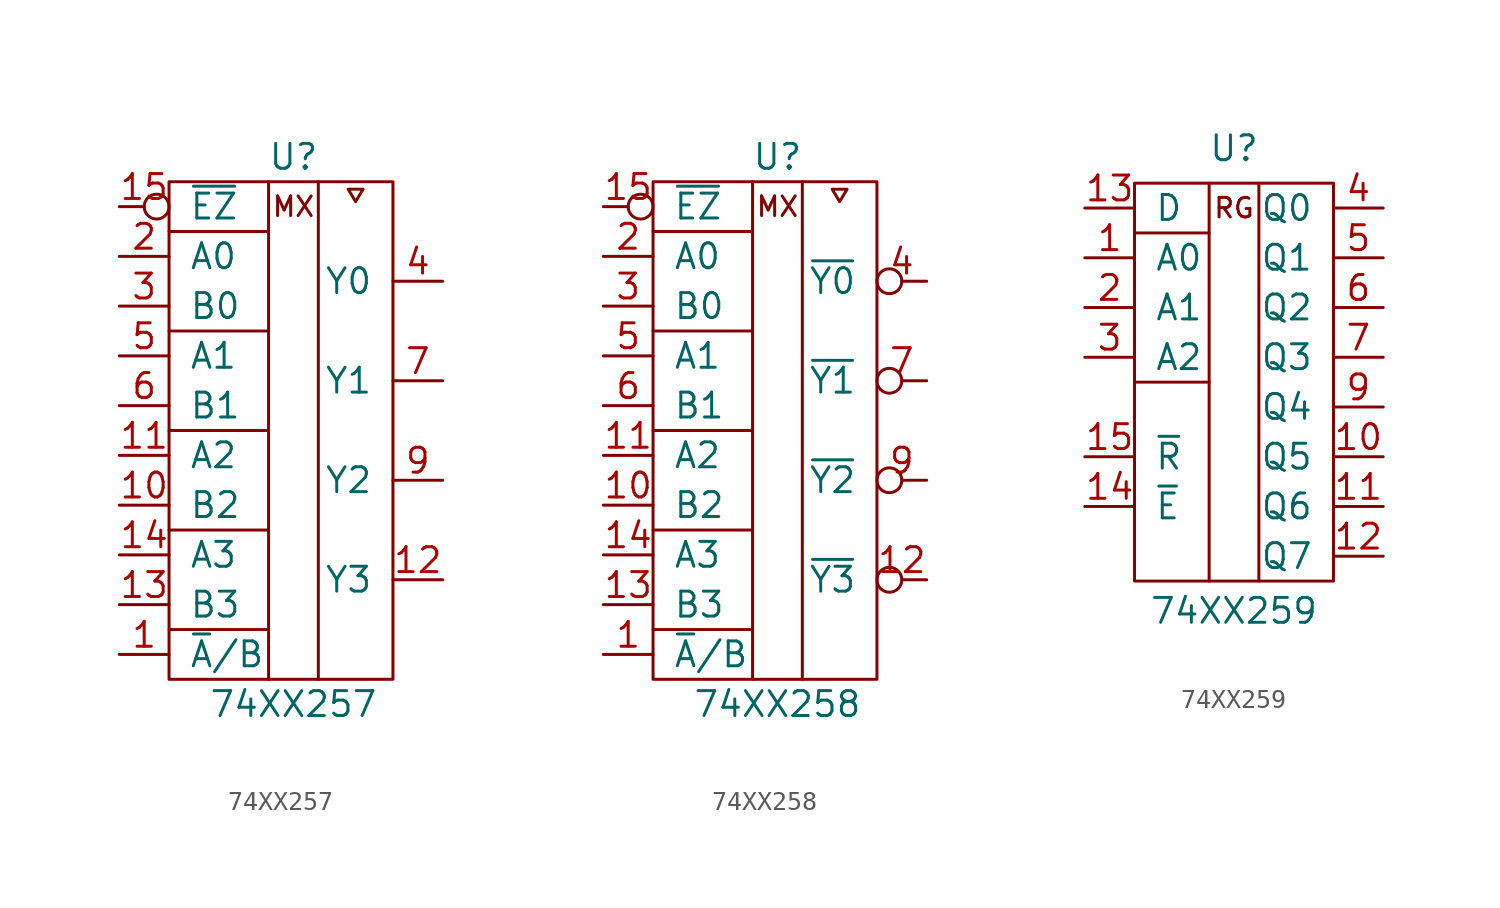
<source format=kicad_sym>
(kicad_symbol_lib
  (version 20211014)
  (generator kicad_symbol_editor)
  (symbol "74XX257"
    (pin_names
      (offset 1.016))
    (property "Reference" "U"
      (at 0 13.97 0)
      (effects (font (size 1.27 1.27))))
    (property "Value" "74XX257"
      (at 0 -13.97 0)
      (effects (font (size 1.27 1.27))))
    (symbol "74XX257_0_1"
      (polyline (pts (xy 3.175 11.684) (xy 2.794 12.319) (xy 3.556 12.319) (xy 3.175 11.684)) (stroke (width 0) (type default) (color 0 0 0 0)) (fill (type none))))
    (symbol "74XX257_1_1"
      (rectangle (start -6.35 -12.7) (end 5.08 12.7) (stroke (width 0) (type default) (color 0 0 0 0)) (fill (type none)))
      (polyline (pts (xy -6.35 -10.16) (xy -1.27 -10.16)) (stroke (width 0) (type default) (color 0 0 0 0)) (fill (type none)))
      (polyline (pts (xy -6.35 -5.08) (xy -1.27 -5.08)) (stroke (width 0) (type default) (color 0 0 0 0)) (fill (type none)))
      (polyline (pts (xy -6.35 5.08) (xy -1.27 5.08)) (stroke (width 0) (type default) (color 0 0 0 0)) (fill (type none)))
      (polyline (pts (xy -6.35 10.16) (xy -1.27 10.16)) (stroke (width 0) (type default) (color 0 0 0 0)) (fill (type none)))
      (polyline (pts (xy -1.27 0) (xy -6.35 0)) (stroke (width 0) (type default) (color 0 0 0 0)) (fill (type none)))
      (polyline (pts (xy -1.27 12.7) (xy -1.27 -12.7)) (stroke (width 0) (type default) (color 0 0 0 0)) (fill (type none)))
      (polyline (pts (xy 1.27 -12.7) (xy 1.27 12.7)) (stroke (width 0) (type default) (color 0 0 0 0)) (fill (type none)))
      (text "MX" (at 0 11.43 0) (effects (font (size 1 1))))
      (pin input line (at -8.89 -11.43 0) (length 2.54) (name "~{A}/B" (effects (font (size 1.27 1.27)))) (number "1" (effects (font (size 1.27 1.27)))))
      (pin input line (at -8.89 -3.81 0) (length 2.54) (name "B2" (effects (font (size 1.27 1.27)))) (number "10" (effects (font (size 1.27 1.27)))))
      (pin input line (at -8.89 -1.27 0) (length 2.54) (name "A2" (effects (font (size 1.27 1.27)))) (number "11" (effects (font (size 1.27 1.27)))))
      (pin tri_state line (at 7.62 -7.62 180) (length 2.54) (name "Y3" (effects (font (size 1.27 1.27)))) (number "12" (effects (font (size 1.27 1.27)))))
      (pin input line (at -8.89 -8.89 0) (length 2.54) (name "B3" (effects (font (size 1.27 1.27)))) (number "13" (effects (font (size 1.27 1.27)))))
      (pin input line (at -8.89 -6.35 0) (length 2.54) (name "A3" (effects (font (size 1.27 1.27)))) (number "14" (effects (font (size 1.27 1.27)))))
      (pin input inverted (at -8.89 11.43 0) (length 2.54) (name "~{EZ}" (effects (font (size 1.27 1.27)))) (number "15" (effects (font (size 1.27 1.27)))))
      (pin power_in line (at 5.08 12.7 180) (length 0) hide (name "VCC" (effects (font (size 1.27 1.27)))) (number "16" (effects (font (size 1.27 1.27)))))
      (pin input line (at -8.89 8.89 0) (length 2.54) (name "A0" (effects (font (size 1.27 1.27)))) (number "2" (effects (font (size 1.27 1.27)))))
      (pin input line (at -8.89 6.35 0) (length 2.54) (name "B0" (effects (font (size 1.27 1.27)))) (number "3" (effects (font (size 1.27 1.27)))))
      (pin tri_state line (at 7.62 7.62 180) (length 2.54) (name "Y0" (effects (font (size 1.27 1.27)))) (number "4" (effects (font (size 1.27 1.27)))))
      (pin input line (at -8.89 3.81 0) (length 2.54) (name "A1" (effects (font (size 1.27 1.27)))) (number "5" (effects (font (size 1.27 1.27)))))
      (pin input line (at -8.89 1.27 0) (length 2.54) (name "B1" (effects (font (size 1.27 1.27)))) (number "6" (effects (font (size 1.27 1.27)))))
      (pin tri_state line (at 7.62 2.54 180) (length 2.54) (name "Y1" (effects (font (size 1.27 1.27)))) (number "7" (effects (font (size 1.27 1.27)))))
      (pin power_in line (at 5.08 -12.7 180) (length 0) hide (name "GND" (effects (font (size 1.27 1.27)))) (number "8" (effects (font (size 1.27 1.27)))))
      (pin tri_state line (at 7.62 -2.54 180) (length 2.54) (name "Y2" (effects (font (size 1.27 1.27)))) (number "9" (effects (font (size 1.27 1.27)))))))
  (symbol "74XX258"
    (pin_names
      (offset 1.016))
    (property "Reference" "U"
      (at 0 13.97 0)
      (effects (font (size 1.27 1.27))))
    (property "Value" "74XX258"
      (at 0 -13.97 0)
      (effects (font (size 1.27 1.27))))
    (symbol "74XX258_0_1"
      (polyline (pts (xy 3.175 11.684) (xy 2.794 12.319) (xy 3.556 12.319) (xy 3.175 11.684)) (stroke (width 0) (type default) (color 0 0 0 0)) (fill (type none))))
    (symbol "74XX258_1_1"
      (rectangle (start -6.35 -12.7) (end 5.08 12.7) (stroke (width 0) (type default) (color 0 0 0 0)) (fill (type none)))
      (polyline (pts (xy -6.35 -10.16) (xy -1.27 -10.16)) (stroke (width 0) (type default) (color 0 0 0 0)) (fill (type none)))
      (polyline (pts (xy -6.35 -5.08) (xy -1.27 -5.08)) (stroke (width 0) (type default) (color 0 0 0 0)) (fill (type none)))
      (polyline (pts (xy -6.35 5.08) (xy -1.27 5.08)) (stroke (width 0) (type default) (color 0 0 0 0)) (fill (type none)))
      (polyline (pts (xy -6.35 10.16) (xy -1.27 10.16)) (stroke (width 0) (type default) (color 0 0 0 0)) (fill (type none)))
      (polyline (pts (xy -1.27 0) (xy -6.35 0)) (stroke (width 0) (type default) (color 0 0 0 0)) (fill (type none)))
      (polyline (pts (xy -1.27 12.7) (xy -1.27 -12.7)) (stroke (width 0) (type default) (color 0 0 0 0)) (fill (type none)))
      (polyline (pts (xy 1.27 -12.7) (xy 1.27 12.7)) (stroke (width 0) (type default) (color 0 0 0 0)) (fill (type none)))
      (text "MX" (at 0 11.43 0) (effects (font (size 1 1))))
      (pin input line (at -8.89 -11.43 0) (length 2.54) (name "~{A}/B" (effects (font (size 1.27 1.27)))) (number "1" (effects (font (size 1.27 1.27)))))
      (pin input line (at -8.89 -3.81 0) (length 2.54) (name "B2" (effects (font (size 1.27 1.27)))) (number "10" (effects (font (size 1.27 1.27)))))
      (pin input line (at -8.89 -1.27 0) (length 2.54) (name "A2" (effects (font (size 1.27 1.27)))) (number "11" (effects (font (size 1.27 1.27)))))
      (pin tri_state inverted (at 7.62 -7.62 180) (length 2.54) (name "~{Y3}" (effects (font (size 1.27 1.27)))) (number "12" (effects (font (size 1.27 1.27)))))
      (pin input line (at -8.89 -8.89 0) (length 2.54) (name "B3" (effects (font (size 1.27 1.27)))) (number "13" (effects (font (size 1.27 1.27)))))
      (pin input line (at -8.89 -6.35 0) (length 2.54) (name "A3" (effects (font (size 1.27 1.27)))) (number "14" (effects (font (size 1.27 1.27)))))
      (pin input inverted (at -8.89 11.43 0) (length 2.54) (name "~{EZ}" (effects (font (size 1.27 1.27)))) (number "15" (effects (font (size 1.27 1.27)))))
      (pin power_in line (at 5.08 12.7 180) (length 0) hide (name "VCC" (effects (font (size 1.27 1.27)))) (number "16" (effects (font (size 1.27 1.27)))))
      (pin input line (at -8.89 8.89 0) (length 2.54) (name "A0" (effects (font (size 1.27 1.27)))) (number "2" (effects (font (size 1.27 1.27)))))
      (pin input line (at -8.89 6.35 0) (length 2.54) (name "B0" (effects (font (size 1.27 1.27)))) (number "3" (effects (font (size 1.27 1.27)))))
      (pin tri_state inverted (at 7.62 7.62 180) (length 2.54) (name "~{Y0}" (effects (font (size 1.27 1.27)))) (number "4" (effects (font (size 1.27 1.27)))))
      (pin input line (at -8.89 3.81 0) (length 2.54) (name "A1" (effects (font (size 1.27 1.27)))) (number "5" (effects (font (size 1.27 1.27)))))
      (pin input line (at -8.89 1.27 0) (length 2.54) (name "B1" (effects (font (size 1.27 1.27)))) (number "6" (effects (font (size 1.27 1.27)))))
      (pin tri_state inverted (at 7.62 2.54 180) (length 2.54) (name "~{Y1}" (effects (font (size 1.27 1.27)))) (number "7" (effects (font (size 1.27 1.27)))))
      (pin power_in line (at 5.08 -12.7 180) (length 0) hide (name "GND" (effects (font (size 1.27 1.27)))) (number "8" (effects (font (size 1.27 1.27)))))
      (pin tri_state inverted (at 7.62 -2.54 180) (length 2.54) (name "~{Y2}" (effects (font (size 1.27 1.27)))) (number "9" (effects (font (size 1.27 1.27)))))))
  (symbol "74XX259"
    (pin_names
      (offset 1.016))
    (property "Reference" "U"
      (at 0 11.938 0)
      (effects (font (size 1.27 1.27))))
    (property "Value" "74XX259"
      (at 0 -11.684 0)
      (effects (font (size 1.27 1.27))))
    (symbol "74XX259_0_0"
      (rectangle (start -5.08 10.16) (end 5.08 -10.16) (stroke (width 0) (type default) (color 0 0 0 0)) (fill (type none)))
      (polyline (pts (xy -5.08 0) (xy -1.27 0)) (stroke (width 0) (type default) (color 0 0 0 0)) (fill (type none)))
      (polyline (pts (xy -5.08 7.62) (xy -1.27 7.62)) (stroke (width 0) (type default) (color 0 0 0 0)) (fill (type none)))
      (polyline (pts (xy -1.27 -10.16) (xy -1.27 10.16)) (stroke (width 0) (type default) (color 0 0 0 0)) (fill (type none)))
      (polyline (pts (xy 1.27 10.16) (xy 1.27 -10.16)) (stroke (width 0) (type default) (color 0 0 0 0)) (fill (type none)))
      (text "RG" (at 0 8.89 0) (effects (font (size 1 1)))))
    (symbol "74XX259_0_1"
      (pin power_in line (at 5.08 10.16 180) (length 0) hide (name "VCC" (effects (font (size 1.27 1.27)))) (number "16" (effects (font (size 1.27 1.27)))))
      (pin power_in line (at 5.08 -10.16 180) (length 0) hide (name "GND" (effects (font (size 1.27 1.27)))) (number "8" (effects (font (size 1.27 1.27))))))
    (symbol "74XX259_1_1"
      (pin input line (at -7.62 6.35 0) (length 2.54) (name "A0" (effects (font (size 1.27 1.27)))) (number "1" (effects (font (size 1.27 1.27)))))
      (pin output line (at 7.62 -3.81 180) (length 2.54) (name "Q5" (effects (font (size 1.27 1.27)))) (number "10" (effects (font (size 1.27 1.27)))))
      (pin output line (at 7.62 -6.35 180) (length 2.54) (name "Q6" (effects (font (size 1.27 1.27)))) (number "11" (effects (font (size 1.27 1.27)))))
      (pin output line (at 7.62 -8.89 180) (length 2.54) (name "Q7" (effects (font (size 1.27 1.27)))) (number "12" (effects (font (size 1.27 1.27)))))
      (pin input line (at -7.62 8.89 0) (length 2.54) (name "D" (effects (font (size 1.27 1.27)))) (number "13" (effects (font (size 1.27 1.27)))))
      (pin input line (at -7.62 -6.35 0) (length 2.54) (name "~{E}" (effects (font (size 1.27 1.27)))) (number "14" (effects (font (size 1.27 1.27)))))
      (pin input line (at -7.62 -3.81 0) (length 2.54) (name "~{R}" (effects (font (size 1.27 1.27)))) (number "15" (effects (font (size 1.27 1.27)))))
      (pin input line (at -7.62 3.81 0) (length 2.54) (name "A1" (effects (font (size 1.27 1.27)))) (number "2" (effects (font (size 1.27 1.27)))))
      (pin input line (at -7.62 1.27 0) (length 2.54) (name "A2" (effects (font (size 1.27 1.27)))) (number "3" (effects (font (size 1.27 1.27)))))
      (pin output line (at 7.62 8.89 180) (length 2.54) (name "Q0" (effects (font (size 1.27 1.27)))) (number "4" (effects (font (size 1.27 1.27)))))
      (pin output line (at 7.62 6.35 180) (length 2.54) (name "Q1" (effects (font (size 1.27 1.27)))) (number "5" (effects (font (size 1.27 1.27)))))
      (pin output line (at 7.62 3.81 180) (length 2.54) (name "Q2" (effects (font (size 1.27 1.27)))) (number "6" (effects (font (size 1.27 1.27)))))
      (pin output line (at 7.62 1.27 180) (length 2.54) (name "Q3" (effects (font (size 1.27 1.27)))) (number "7" (effects (font (size 1.27 1.27)))))
      (pin output line (at 7.62 -1.27 180) (length 2.54) (name "Q4" (effects (font (size 1.27 1.27)))) (number "9" (effects (font (size 1.27 1.27))))))))
</source>
